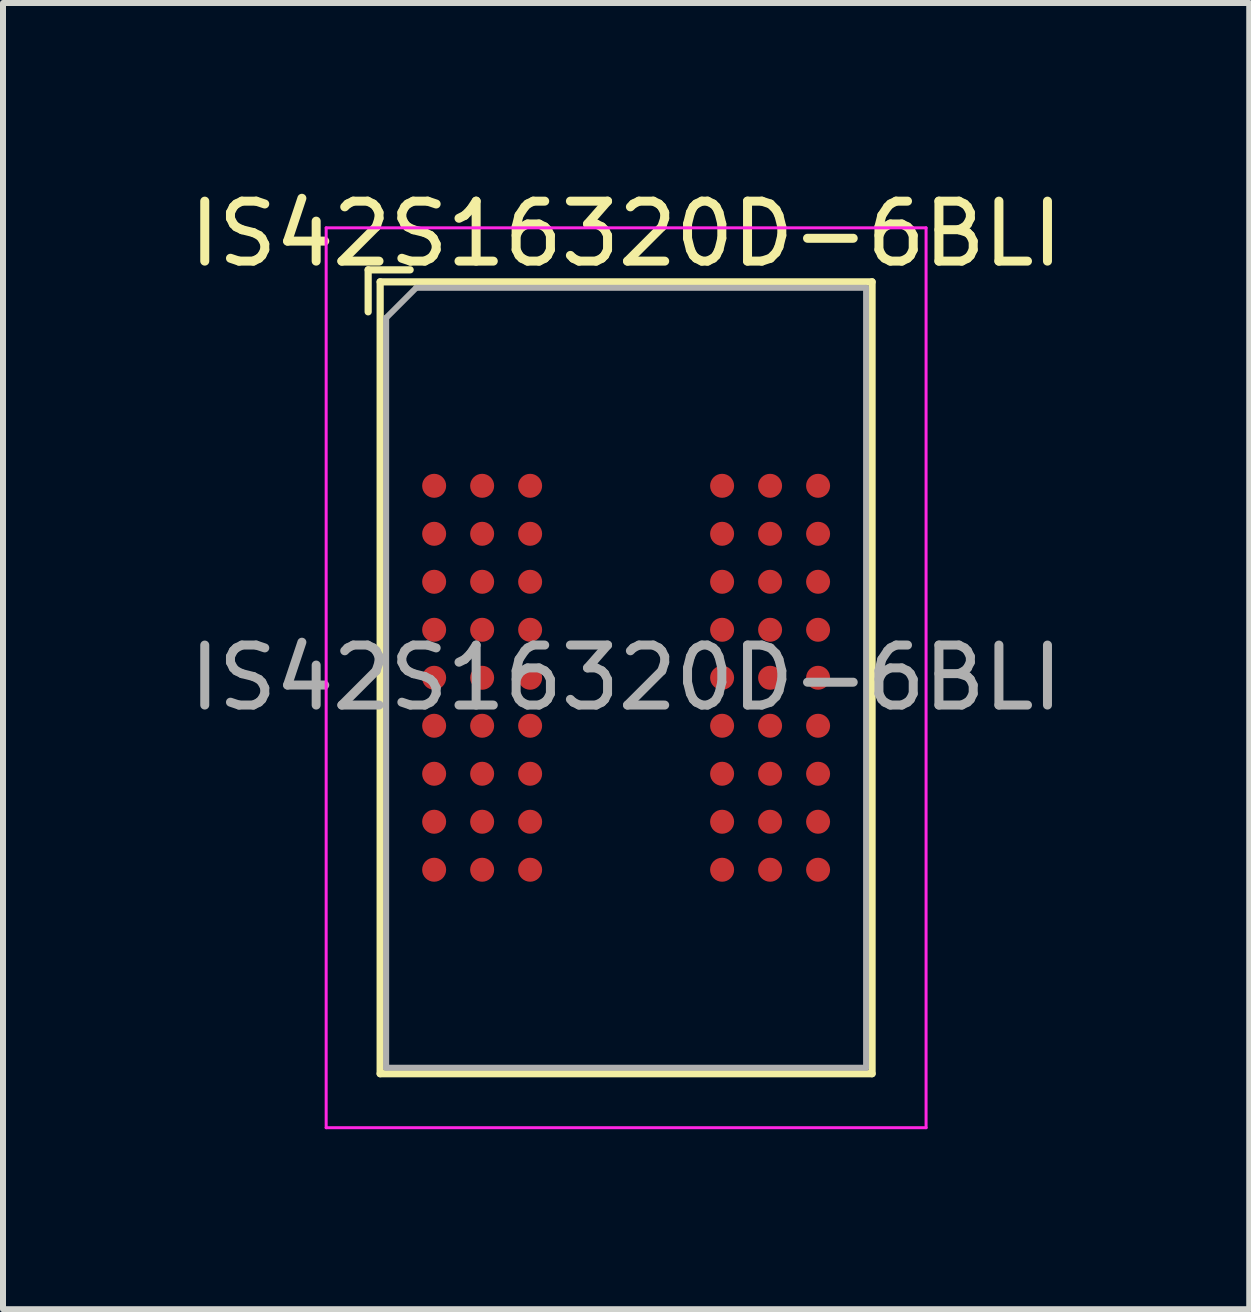
<source format=kicad_pcb>
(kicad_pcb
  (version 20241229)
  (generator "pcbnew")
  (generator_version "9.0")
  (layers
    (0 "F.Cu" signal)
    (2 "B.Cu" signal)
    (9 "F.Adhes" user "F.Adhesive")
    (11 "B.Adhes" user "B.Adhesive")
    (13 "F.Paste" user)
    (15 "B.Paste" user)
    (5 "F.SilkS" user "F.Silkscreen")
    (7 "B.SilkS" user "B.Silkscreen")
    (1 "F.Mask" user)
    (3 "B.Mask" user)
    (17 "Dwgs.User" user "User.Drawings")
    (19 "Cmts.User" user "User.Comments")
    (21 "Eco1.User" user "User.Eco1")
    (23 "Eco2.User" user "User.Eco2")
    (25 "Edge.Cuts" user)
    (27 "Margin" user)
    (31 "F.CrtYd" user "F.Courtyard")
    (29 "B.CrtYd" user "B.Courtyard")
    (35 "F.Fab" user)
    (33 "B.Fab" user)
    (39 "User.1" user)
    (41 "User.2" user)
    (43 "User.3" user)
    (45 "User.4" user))
  (footprint "IS42S16320D-6BLI"
    (layer "F.Cu")
    (at 7.387 8.248)
    (property "Reference" "IS42S16320D-6BLI" (at 0 -7.4 0) (layer "F.SilkS") (effects (font (size 1 1) (thickness 0.15))))
    (attr smd)
    (fp_line (start -4.3 -6.8) (end -3.6 -6.8) (stroke (width 0.12) (type solid)) (layer "F.SilkS"))
    (fp_line (start -4.3 -6.1) (end -4.3 -6.8) (stroke (width 0.12) (type solid)) (layer "F.SilkS"))
    (fp_line (start -4.1 -6.6) (end -4.1 6.6) (stroke (width 0.12) (type solid)) (layer "F.SilkS"))
    (fp_line (start -4.1 6.6) (end 4.1 6.6) (stroke (width 0.12) (type solid)) (layer "F.SilkS"))
    (fp_line (start 4.1 -6.6) (end -4.1 -6.6) (stroke (width 0.12) (type solid)) (layer "F.SilkS"))
    (fp_line (start 4.1 6.6) (end 4.1 -6.6) (stroke (width 0.12) (type solid)) (layer "F.SilkS"))
    (fp_line (start -5 -7.5) (end -5 7.5) (stroke (width 0.05) (type solid)) (layer "F.CrtYd"))
    (fp_line (start -5 -7.5) (end 5 -7.5) (stroke (width 0.05) (type solid)) (layer "F.CrtYd"))
    (fp_line (start 5 7.5) (end -5 7.5) (stroke (width 0.05) (type solid)) (layer "F.CrtYd"))
    (fp_line (start 5 7.5) (end 5 -7.5) (stroke (width 0.05) (type solid)) (layer "F.CrtYd"))
    (fp_line (start -4 -6) (end -4 6.5) (stroke (width 0.1) (type solid)) (layer "F.Fab"))
    (fp_line (start -4 6.5) (end 4 6.5) (stroke (width 0.1) (type solid)) (layer "F.Fab"))
    (fp_line (start -3.5 -6.5) (end -4 -6) (stroke (width 0.1) (type solid)) (layer "F.Fab"))
    (fp_line (start 4 -6.5) (end -3.5 -6.5) (stroke (width 0.1) (type solid)) (layer "F.Fab"))
    (fp_line (start 4 6.5) (end 4 -6.5) (stroke (width 0.1) (type solid)) (layer "F.Fab"))
    (fp_text user "${REFERENCE}" (at 0 0 0) (layer "F.Fab") (effects (font (size 1 1) (thickness 0.15))))
    (pad "A1" smd circle (at -3.2 -3.2) (size 0.4 0.4) (layers "F.Cu" "F.Mask" "F.Paste"))
    (pad "A2" smd circle (at -2.4 -3.2) (size 0.4 0.4) (layers "F.Cu" "F.Mask" "F.Paste"))
    (pad "A3" smd circle (at -1.6 -3.2) (size 0.4 0.4) (layers "F.Cu" "F.Mask" "F.Paste"))
    (pad "A7" smd circle (at 1.6 -3.2) (size 0.4 0.4) (layers "F.Cu" "F.Mask" "F.Paste"))
    (pad "A8" smd circle (at 2.4 -3.2) (size 0.4 0.4) (layers "F.Cu" "F.Mask" "F.Paste"))
    (pad "A9" smd circle (at 3.2 -3.2) (size 0.4 0.4) (layers "F.Cu" "F.Mask" "F.Paste"))
    (pad "B1" smd circle (at -3.2 -2.4) (size 0.4 0.4) (layers "F.Cu" "F.Mask" "F.Paste"))
    (pad "B2" smd circle (at -2.4 -2.4) (size 0.4 0.4) (layers "F.Cu" "F.Mask" "F.Paste"))
    (pad "B3" smd circle (at -1.6 -2.4) (size 0.4 0.4) (layers "F.Cu" "F.Mask" "F.Paste"))
    (pad "B7" smd circle (at 1.6 -2.4) (size 0.4 0.4) (layers "F.Cu" "F.Mask" "F.Paste"))
    (pad "B8" smd circle (at 2.4 -2.4) (size 0.4 0.4) (layers "F.Cu" "F.Mask" "F.Paste"))
    (pad "B9" smd circle (at 3.2 -2.4) (size 0.4 0.4) (layers "F.Cu" "F.Mask" "F.Paste"))
    (pad "C1" smd circle (at -3.2 -1.6) (size 0.4 0.4) (layers "F.Cu" "F.Mask" "F.Paste"))
    (pad "C2" smd circle (at -2.4 -1.6) (size 0.4 0.4) (layers "F.Cu" "F.Mask" "F.Paste"))
    (pad "C3" smd circle (at -1.6 -1.6) (size 0.4 0.4) (layers "F.Cu" "F.Mask" "F.Paste"))
    (pad "C7" smd circle (at 1.6 -1.6) (size 0.4 0.4) (layers "F.Cu" "F.Mask" "F.Paste"))
    (pad "C8" smd circle (at 2.4 -1.6) (size 0.4 0.4) (layers "F.Cu" "F.Mask" "F.Paste"))
    (pad "C9" smd circle (at 3.2 -1.6) (size 0.4 0.4) (layers "F.Cu" "F.Mask" "F.Paste"))
    (pad "D1" smd circle (at -3.2 -0.8) (size 0.4 0.4) (layers "F.Cu" "F.Mask" "F.Paste"))
    (pad "D2" smd circle (at -2.4 -0.8) (size 0.4 0.4) (layers "F.Cu" "F.Mask" "F.Paste"))
    (pad "D3" smd circle (at -1.6 -0.8) (size 0.4 0.4) (layers "F.Cu" "F.Mask" "F.Paste"))
    (pad "D7" smd circle (at 1.6 -0.8) (size 0.4 0.4) (layers "F.Cu" "F.Mask" "F.Paste"))
    (pad "D8" smd circle (at 2.4 -0.8) (size 0.4 0.4) (layers "F.Cu" "F.Mask" "F.Paste"))
    (pad "D9" smd circle (at 3.2 -0.8) (size 0.4 0.4) (layers "F.Cu" "F.Mask" "F.Paste"))
    (pad "E1" smd circle (at -3.2 0) (size 0.4 0.4) (layers "F.Cu" "F.Mask" "F.Paste"))
    (pad "E2" smd circle (at -2.4 0) (size 0.4 0.4) (layers "F.Cu" "F.Mask" "F.Paste"))
    (pad "E3" smd circle (at -1.6 0) (size 0.4 0.4) (layers "F.Cu" "F.Mask" "F.Paste"))
    (pad "E7" smd circle (at 1.6 0) (size 0.4 0.4) (layers "F.Cu" "F.Mask" "F.Paste"))
    (pad "E8" smd circle (at 2.4 0) (size 0.4 0.4) (layers "F.Cu" "F.Mask" "F.Paste"))
    (pad "E9" smd circle (at 3.2 0) (size 0.4 0.4) (layers "F.Cu" "F.Mask" "F.Paste"))
    (pad "F1" smd circle (at -3.2 0.8) (size 0.4 0.4) (layers "F.Cu" "F.Mask" "F.Paste"))
    (pad "F2" smd circle (at -2.4 0.8) (size 0.4 0.4) (layers "F.Cu" "F.Mask" "F.Paste"))
    (pad "F3" smd circle (at -1.6 0.8) (size 0.4 0.4) (layers "F.Cu" "F.Mask" "F.Paste"))
    (pad "F7" smd circle (at 1.6 0.8) (size 0.4 0.4) (layers "F.Cu" "F.Mask" "F.Paste"))
    (pad "F8" smd circle (at 2.4 0.8) (size 0.4 0.4) (layers "F.Cu" "F.Mask" "F.Paste"))
    (pad "F9" smd circle (at 3.2 0.8) (size 0.4 0.4) (layers "F.Cu" "F.Mask" "F.Paste"))
    (pad "G1" smd circle (at -3.2 1.6) (size 0.4 0.4) (layers "F.Cu" "F.Mask" "F.Paste"))
    (pad "G2" smd circle (at -2.4 1.6) (size 0.4 0.4) (layers "F.Cu" "F.Mask" "F.Paste"))
    (pad "G3" smd circle (at -1.6 1.6) (size 0.4 0.4) (layers "F.Cu" "F.Mask" "F.Paste"))
    (pad "G7" smd circle (at 1.6 1.6) (size 0.4 0.4) (layers "F.Cu" "F.Mask" "F.Paste"))
    (pad "G8" smd circle (at 2.4 1.6) (size 0.4 0.4) (layers "F.Cu" "F.Mask" "F.Paste"))
    (pad "G9" smd circle (at 3.2 1.6) (size 0.4 0.4) (layers "F.Cu" "F.Mask" "F.Paste"))
    (pad "H1" smd circle (at -3.2 2.4) (size 0.4 0.4) (layers "F.Cu" "F.Mask" "F.Paste"))
    (pad "H2" smd circle (at -2.4 2.4) (size 0.4 0.4) (layers "F.Cu" "F.Mask" "F.Paste"))
    (pad "H3" smd circle (at -1.6 2.4) (size 0.4 0.4) (layers "F.Cu" "F.Mask" "F.Paste"))
    (pad "H7" smd circle (at 1.6 2.4) (size 0.4 0.4) (layers "F.Cu" "F.Mask" "F.Paste"))
    (pad "H8" smd circle (at 2.4 2.4) (size 0.4 0.4) (layers "F.Cu" "F.Mask" "F.Paste"))
    (pad "H9" smd circle (at 3.2 2.4) (size 0.4 0.4) (layers "F.Cu" "F.Mask" "F.Paste"))
    (pad "J1" smd circle (at -3.2 3.2) (size 0.4 0.4) (layers "F.Cu" "F.Mask" "F.Paste"))
    (pad "J2" smd circle (at -2.4 3.2) (size 0.4 0.4) (layers "F.Cu" "F.Mask" "F.Paste"))
    (pad "J3" smd circle (at -1.6 3.2) (size 0.4 0.4) (layers "F.Cu" "F.Mask" "F.Paste"))
    (pad "J7" smd circle (at 1.6 3.2) (size 0.4 0.4) (layers "F.Cu" "F.Mask" "F.Paste"))
    (pad "J8" smd circle (at 2.4 3.2) (size 0.4 0.4) (layers "F.Cu" "F.Mask" "F.Paste"))
    (pad "J9" smd circle (at 3.2 3.2) (size 0.4 0.4) (layers "F.Cu" "F.Mask" "F.Paste")))
  (gr_rect
    (start -3 -3)
    (end 17.774 18.773)
    (stroke (width 0.1) (type default))
    (fill no)
    (layer "Edge.Cuts")))
</source>
